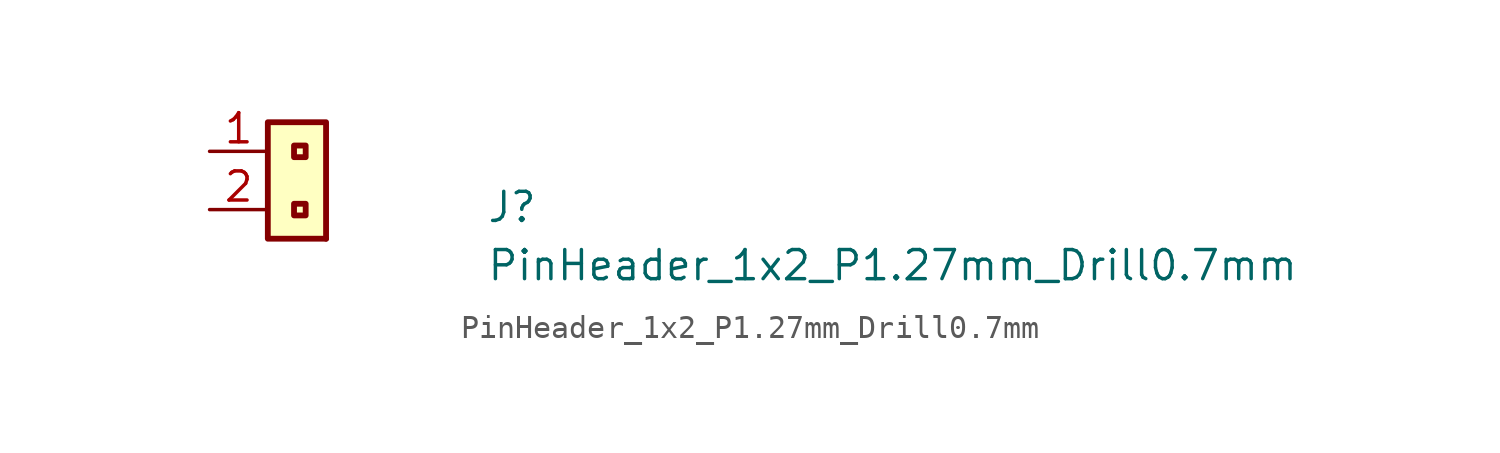
<source format=kicad_sym>
(kicad_symbol_lib
  (version 20211014)
  (generator kicad_symbol_editor)
  (symbol "PinHeader_1x2_P1.27mm_Drill0.7mm"
    (property "Reference" "J"
      (at 12.065 -3.175 0)
      (effects (font (size 1.27 1.27) (thickness 0.15)) (justify left bottom)))
    (property "Value" "PinHeader_1x2_P1.27mm_Drill0.7mm"
      (at 12.065 -5.715 0)
      (effects (font (size 1.27 1.27) (thickness 0.15)) (justify left bottom)))
    (symbol "PinHeader_1x2_P1.27mm_Drill0.7mm_1_1"
      (rectangle (start 4.191 -2.794) (end 3.683 -2.286) (stroke (width 0.254) (type default) (color 0 0 0 0)) (fill (type background)))
      (rectangle (start 4.191 -0.254) (end 3.683 0.254) (stroke (width 0.254) (type default) (color 0 0 0 0)) (fill (type background)))
      (rectangle (start 5.08 -3.81) (end 2.54 1.27) (stroke (width 0.254) (type default) (color 0 0 0 0)) (fill (type background)))
      (rectangle (start 5.08 -3.81) (end 5.08 -3.81) (stroke (width 0.254) (type default) (color 0 0 0 0)) (fill (type background)))
      (pin passive line (at 0 0 0) (length 2.54) (name "~" (effects (font (size 1.27 1.27)))) (number "1" (effects (font (size 1.27 1.27)))))
      (pin passive line (at 0 -2.54 0) (length 2.54) (name "~" (effects (font (size 1.27 1.27)))) (number "2" (effects (font (size 1.27 1.27))))))))
</source>
